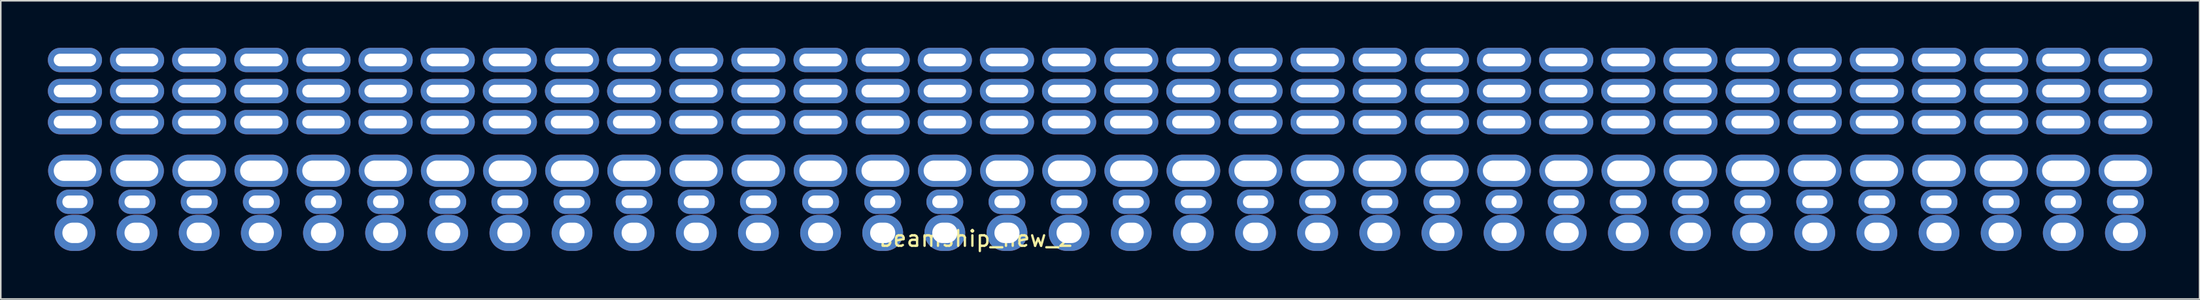
<source format=kicad_pcb>
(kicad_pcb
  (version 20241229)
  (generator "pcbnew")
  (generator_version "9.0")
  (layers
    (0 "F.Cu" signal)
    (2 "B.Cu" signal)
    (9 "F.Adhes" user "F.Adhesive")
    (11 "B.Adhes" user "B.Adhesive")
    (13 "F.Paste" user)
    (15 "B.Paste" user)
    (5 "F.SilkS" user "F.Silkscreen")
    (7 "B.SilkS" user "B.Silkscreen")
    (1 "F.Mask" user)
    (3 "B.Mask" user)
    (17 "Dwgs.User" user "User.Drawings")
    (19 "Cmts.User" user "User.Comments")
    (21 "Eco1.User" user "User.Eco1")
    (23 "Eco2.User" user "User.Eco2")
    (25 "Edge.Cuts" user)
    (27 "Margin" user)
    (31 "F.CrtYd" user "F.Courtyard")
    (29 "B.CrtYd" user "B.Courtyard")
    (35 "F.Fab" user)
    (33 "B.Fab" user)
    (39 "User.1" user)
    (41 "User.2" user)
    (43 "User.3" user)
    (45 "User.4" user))
  (footprint "beamship_new_2"
    (layer "F.Cu")
    (at 59.145 10.285)
    (property "Reference" "beamship_new_2" (at 0.013 1.878 180) (layer "F.SilkS") (effects (font (size 1 1) (thickness 0.15))))
    (attr through_hole)
    (pad "1" thru_hole oval (at -57.42 -9.51) (size 3.45 1.55) (drill oval 2.7 0.8) (layers "*.Cu" "*.Mask"))
    (pad "1" thru_hole oval (at -57.42 -7.53) (size 3.45 1.55) (drill oval 2.7 0.8) (layers "*.Cu" "*.Mask"))
    (pad "1" thru_hole oval (at -57.42 -5.55) (size 3.45 1.55) (drill oval 2.7 0.8) (layers "*.Cu" "*.Mask"))
    (pad "1" thru_hole oval (at -57.42 -2.45) (size 3.42 2.05) (drill oval 2.7 1.3) (layers "*.Cu" "*.Mask"))
    (pad "1" thru_hole oval (at -57.42 -0.47) (size 2.35 1.55) (drill oval 1.6 0.8) (layers "*.Cu" "*.Mask"))
    (pad "1" thru_hole oval (at -57.42 1.51) (size 2.6 2.3) (drill oval 1.6 1.3) (layers "*.Cu" "*.Mask"))
    (pad "2" thru_hole oval (at -53.46 -9.51) (size 3.45 1.55) (drill oval 2.7 0.8) (layers "*.Cu" "*.Mask"))
    (pad "2" thru_hole oval (at -53.46 -7.53) (size 3.45 1.55) (drill oval 2.7 0.8) (layers "*.Cu" "*.Mask"))
    (pad "2" thru_hole oval (at -53.46 -5.55) (size 3.45 1.55) (drill oval 2.7 0.8) (layers "*.Cu" "*.Mask"))
    (pad "2" thru_hole oval (at -53.46 -2.45) (size 3.42 2.05) (drill oval 2.7 1.3) (layers "*.Cu" "*.Mask"))
    (pad "2" thru_hole oval (at -53.46 -0.47) (size 2.35 1.55) (drill oval 1.6 0.8) (layers "*.Cu" "*.Mask"))
    (pad "2" thru_hole oval (at -53.46 1.51) (size 2.6 2.3) (drill oval 1.6 1.3) (layers "*.Cu" "*.Mask"))
    (pad "3" thru_hole oval (at -49.5 -9.51) (size 3.45 1.55) (drill oval 2.7 0.8) (layers "*.Cu" "*.Mask"))
    (pad "3" thru_hole oval (at -49.5 -7.53) (size 3.45 1.55) (drill oval 2.7 0.8) (layers "*.Cu" "*.Mask"))
    (pad "3" thru_hole oval (at -49.5 -5.55) (size 3.45 1.55) (drill oval 2.7 0.8) (layers "*.Cu" "*.Mask"))
    (pad "3" thru_hole oval (at -49.5 -2.45) (size 3.42 2.05) (drill oval 2.7 1.3) (layers "*.Cu" "*.Mask"))
    (pad "3" thru_hole oval (at -49.5 -0.47) (size 2.35 1.55) (drill oval 1.6 0.8) (layers "*.Cu" "*.Mask"))
    (pad "3" thru_hole oval (at -49.5 1.51) (size 2.6 2.3) (drill oval 1.6 1.3) (layers "*.Cu" "*.Mask"))
    (pad "4" thru_hole oval (at -45.54 -9.51) (size 3.45 1.55) (drill oval 2.7 0.8) (layers "*.Cu" "*.Mask"))
    (pad "4" thru_hole oval (at -45.54 -7.53) (size 3.45 1.55) (drill oval 2.7 0.8) (layers "*.Cu" "*.Mask"))
    (pad "4" thru_hole oval (at -45.54 -5.55) (size 3.45 1.55) (drill oval 2.7 0.8) (layers "*.Cu" "*.Mask"))
    (pad "4" thru_hole oval (at -45.54 -2.45) (size 3.42 2.05) (drill oval 2.7 1.3) (layers "*.Cu" "*.Mask"))
    (pad "4" thru_hole oval (at -45.54 -0.47) (size 2.35 1.55) (drill oval 1.6 0.8) (layers "*.Cu" "*.Mask"))
    (pad "4" thru_hole oval (at -45.54 1.51) (size 2.6 2.3) (drill oval 1.6 1.3) (layers "*.Cu" "*.Mask"))
    (pad "5" thru_hole oval (at -41.58 -9.51) (size 3.45 1.55) (drill oval 2.7 0.8) (layers "*.Cu" "*.Mask"))
    (pad "5" thru_hole oval (at -41.58 -7.53) (size 3.45 1.55) (drill oval 2.7 0.8) (layers "*.Cu" "*.Mask"))
    (pad "5" thru_hole oval (at -41.58 -5.55) (size 3.45 1.55) (drill oval 2.7 0.8) (layers "*.Cu" "*.Mask"))
    (pad "5" thru_hole oval (at -41.58 -2.45) (size 3.42 2.05) (drill oval 2.7 1.3) (layers "*.Cu" "*.Mask"))
    (pad "5" thru_hole oval (at -41.58 -0.47) (size 2.35 1.55) (drill oval 1.6 0.8) (layers "*.Cu" "*.Mask"))
    (pad "5" thru_hole oval (at -41.58 1.51) (size 2.6 2.3) (drill oval 1.6 1.3) (layers "*.Cu" "*.Mask"))
    (pad "6" thru_hole oval (at -37.62 -9.51) (size 3.45 1.55) (drill oval 2.7 0.8) (layers "*.Cu" "*.Mask"))
    (pad "6" thru_hole oval (at -37.62 -7.53) (size 3.45 1.55) (drill oval 2.7 0.8) (layers "*.Cu" "*.Mask"))
    (pad "6" thru_hole oval (at -37.62 -5.55) (size 3.45 1.55) (drill oval 2.7 0.8) (layers "*.Cu" "*.Mask"))
    (pad "6" thru_hole oval (at -37.62 -2.45) (size 3.42 2.05) (drill oval 2.7 1.3) (layers "*.Cu" "*.Mask"))
    (pad "6" thru_hole oval (at -37.62 -0.47) (size 2.35 1.55) (drill oval 1.6 0.8) (layers "*.Cu" "*.Mask"))
    (pad "6" thru_hole oval (at -37.62 1.51) (size 2.6 2.3) (drill oval 1.6 1.3) (layers "*.Cu" "*.Mask"))
    (pad "7" thru_hole oval (at -33.66 -9.51) (size 3.45 1.55) (drill oval 2.7 0.8) (layers "*.Cu" "*.Mask"))
    (pad "7" thru_hole oval (at -33.66 -7.53) (size 3.45 1.55) (drill oval 2.7 0.8) (layers "*.Cu" "*.Mask"))
    (pad "7" thru_hole oval (at -33.66 -5.55) (size 3.45 1.55) (drill oval 2.7 0.8) (layers "*.Cu" "*.Mask"))
    (pad "7" thru_hole oval (at -33.66 -2.45) (size 3.42 2.05) (drill oval 2.7 1.3) (layers "*.Cu" "*.Mask"))
    (pad "7" thru_hole oval (at -33.66 -0.47) (size 2.35 1.55) (drill oval 1.6 0.8) (layers "*.Cu" "*.Mask"))
    (pad "7" thru_hole oval (at -33.66 1.51) (size 2.6 2.3) (drill oval 1.6 1.3) (layers "*.Cu" "*.Mask"))
    (pad "8" thru_hole oval (at -29.7 -9.51) (size 3.45 1.55) (drill oval 2.7 0.8) (layers "*.Cu" "*.Mask"))
    (pad "8" thru_hole oval (at -29.7 -7.53) (size 3.45 1.55) (drill oval 2.7 0.8) (layers "*.Cu" "*.Mask"))
    (pad "8" thru_hole oval (at -29.7 -5.55) (size 3.45 1.55) (drill oval 2.7 0.8) (layers "*.Cu" "*.Mask"))
    (pad "8" thru_hole oval (at -29.7 -2.45) (size 3.42 2.05) (drill oval 2.7 1.3) (layers "*.Cu" "*.Mask"))
    (pad "8" thru_hole oval (at -29.7 -0.47) (size 2.35 1.55) (drill oval 1.6 0.8) (layers "*.Cu" "*.Mask"))
    (pad "8" thru_hole oval (at -29.7 1.51) (size 2.6 2.3) (drill oval 1.6 1.3) (layers "*.Cu" "*.Mask"))
    (pad "9" thru_hole oval (at -25.74 -9.51) (size 3.45 1.55) (drill oval 2.7 0.8) (layers "*.Cu" "*.Mask"))
    (pad "9" thru_hole oval (at -25.74 -7.53) (size 3.45 1.55) (drill oval 2.7 0.8) (layers "*.Cu" "*.Mask"))
    (pad "9" thru_hole oval (at -25.74 -5.55) (size 3.45 1.55) (drill oval 2.7 0.8) (layers "*.Cu" "*.Mask"))
    (pad "9" thru_hole oval (at -25.74 -2.45) (size 3.42 2.05) (drill oval 2.7 1.3) (layers "*.Cu" "*.Mask"))
    (pad "9" thru_hole oval (at -25.74 -0.47) (size 2.35 1.55) (drill oval 1.6 0.8) (layers "*.Cu" "*.Mask"))
    (pad "9" thru_hole oval (at -25.74 1.51) (size 2.6 2.3) (drill oval 1.6 1.3) (layers "*.Cu" "*.Mask"))
    (pad "10" thru_hole oval (at -21.78 -9.51) (size 3.45 1.55) (drill oval 2.7 0.8) (layers "*.Cu" "*.Mask"))
    (pad "10" thru_hole oval (at -21.78 -7.53) (size 3.45 1.55) (drill oval 2.7 0.8) (layers "*.Cu" "*.Mask"))
    (pad "10" thru_hole oval (at -21.78 -5.55) (size 3.45 1.55) (drill oval 2.7 0.8) (layers "*.Cu" "*.Mask"))
    (pad "10" thru_hole oval (at -21.78 -2.45) (size 3.42 2.05) (drill oval 2.7 1.3) (layers "*.Cu" "*.Mask"))
    (pad "10" thru_hole oval (at -21.78 -0.47) (size 2.35 1.55) (drill oval 1.6 0.8) (layers "*.Cu" "*.Mask"))
    (pad "10" thru_hole oval (at -21.78 1.51) (size 2.6 2.3) (drill oval 1.6 1.3) (layers "*.Cu" "*.Mask"))
    (pad "11" thru_hole oval (at -17.82 -9.51) (size 3.45 1.55) (drill oval 2.7 0.8) (layers "*.Cu" "*.Mask"))
    (pad "11" thru_hole oval (at -17.82 -7.53) (size 3.45 1.55) (drill oval 2.7 0.8) (layers "*.Cu" "*.Mask"))
    (pad "11" thru_hole oval (at -17.82 -5.55) (size 3.45 1.55) (drill oval 2.7 0.8) (layers "*.Cu" "*.Mask"))
    (pad "11" thru_hole oval (at -17.82 -2.45) (size 3.42 2.05) (drill oval 2.7 1.3) (layers "*.Cu" "*.Mask"))
    (pad "11" thru_hole oval (at -17.82 -0.47) (size 2.35 1.55) (drill oval 1.6 0.8) (layers "*.Cu" "*.Mask"))
    (pad "11" thru_hole oval (at -17.82 1.51) (size 2.6 2.3) (drill oval 1.6 1.3) (layers "*.Cu" "*.Mask"))
    (pad "12" thru_hole oval (at -13.86 -9.51) (size 3.45 1.55) (drill oval 2.7 0.8) (layers "*.Cu" "*.Mask"))
    (pad "12" thru_hole oval (at -13.86 -7.53) (size 3.45 1.55) (drill oval 2.7 0.8) (layers "*.Cu" "*.Mask"))
    (pad "12" thru_hole oval (at -13.86 -5.55) (size 3.45 1.55) (drill oval 2.7 0.8) (layers "*.Cu" "*.Mask"))
    (pad "12" thru_hole oval (at -13.86 -2.45) (size 3.42 2.05) (drill oval 2.7 1.3) (layers "*.Cu" "*.Mask"))
    (pad "12" thru_hole oval (at -13.86 -0.47) (size 2.35 1.55) (drill oval 1.6 0.8) (layers "*.Cu" "*.Mask"))
    (pad "12" thru_hole oval (at -13.86 1.51) (size 2.6 2.3) (drill oval 1.6 1.3) (layers "*.Cu" "*.Mask"))
    (pad "13" thru_hole oval (at -9.9 -9.51) (size 3.45 1.55) (drill oval 2.7 0.8) (layers "*.Cu" "*.Mask"))
    (pad "13" thru_hole oval (at -9.9 -7.53) (size 3.45 1.55) (drill oval 2.7 0.8) (layers "*.Cu" "*.Mask"))
    (pad "13" thru_hole oval (at -9.9 -5.55) (size 3.45 1.55) (drill oval 2.7 0.8) (layers "*.Cu" "*.Mask"))
    (pad "13" thru_hole oval (at -9.9 -2.45) (size 3.42 2.05) (drill oval 2.7 1.3) (layers "*.Cu" "*.Mask"))
    (pad "13" thru_hole oval (at -9.9 -0.47) (size 2.35 1.55) (drill oval 1.6 0.8) (layers "*.Cu" "*.Mask"))
    (pad "13" thru_hole oval (at -9.9 1.51) (size 2.6 2.3) (drill oval 1.6 1.3) (layers "*.Cu" "*.Mask"))
    (pad "14" thru_hole oval (at -5.94 -9.51) (size 3.45 1.55) (drill oval 2.7 0.8) (layers "*.Cu" "*.Mask"))
    (pad "14" thru_hole oval (at -5.94 -7.53) (size 3.45 1.55) (drill oval 2.7 0.8) (layers "*.Cu" "*.Mask"))
    (pad "14" thru_hole oval (at -5.94 -5.55) (size 3.45 1.55) (drill oval 2.7 0.8) (layers "*.Cu" "*.Mask"))
    (pad "14" thru_hole oval (at -5.94 -2.45) (size 3.42 2.05) (drill oval 2.7 1.3) (layers "*.Cu" "*.Mask"))
    (pad "14" thru_hole oval (at -5.94 -0.47) (size 2.35 1.55) (drill oval 1.6 0.8) (layers "*.Cu" "*.Mask"))
    (pad "14" thru_hole oval (at -5.94 1.51) (size 2.6 2.3) (drill oval 1.6 1.3) (layers "*.Cu" "*.Mask"))
    (pad "15" thru_hole oval (at -1.98 -9.51) (size 3.45 1.55) (drill oval 2.7 0.8) (layers "*.Cu" "*.Mask"))
    (pad "15" thru_hole oval (at -1.98 -7.53) (size 3.45 1.55) (drill oval 2.7 0.8) (layers "*.Cu" "*.Mask"))
    (pad "15" thru_hole oval (at -1.98 -5.55) (size 3.45 1.55) (drill oval 2.7 0.8) (layers "*.Cu" "*.Mask"))
    (pad "15" thru_hole oval (at -1.98 -2.45) (size 3.42 2.05) (drill oval 2.7 1.3) (layers "*.Cu" "*.Mask"))
    (pad "15" thru_hole oval (at -1.98 -0.47) (size 2.35 1.55) (drill oval 1.6 0.8) (layers "*.Cu" "*.Mask"))
    (pad "15" thru_hole oval (at -1.98 1.51) (size 2.6 2.3) (drill oval 1.6 1.3) (layers "*.Cu" "*.Mask"))
    (pad "16" thru_hole oval (at 1.98 -9.51) (size 3.45 1.55) (drill oval 2.7 0.8) (layers "*.Cu" "*.Mask"))
    (pad "16" thru_hole oval (at 1.98 -7.53) (size 3.45 1.55) (drill oval 2.7 0.8) (layers "*.Cu" "*.Mask"))
    (pad "16" thru_hole oval (at 1.98 -5.55) (size 3.45 1.55) (drill oval 2.7 0.8) (layers "*.Cu" "*.Mask"))
    (pad "16" thru_hole oval (at 1.98 -2.45) (size 3.42 2.05) (drill oval 2.7 1.3) (layers "*.Cu" "*.Mask"))
    (pad "16" thru_hole oval (at 1.98 -0.47) (size 2.35 1.55) (drill oval 1.6 0.8) (layers "*.Cu" "*.Mask"))
    (pad "16" thru_hole oval (at 1.98 1.51) (size 2.6 2.3) (drill oval 1.6 1.3) (layers "*.Cu" "*.Mask"))
    (pad "17" thru_hole oval (at 5.94 -9.51) (size 3.45 1.55) (drill oval 2.7 0.8) (layers "*.Cu" "*.Mask"))
    (pad "17" thru_hole oval (at 5.94 -7.53) (size 3.45 1.55) (drill oval 2.7 0.8) (layers "*.Cu" "*.Mask"))
    (pad "17" thru_hole oval (at 5.94 -5.55) (size 3.45 1.55) (drill oval 2.7 0.8) (layers "*.Cu" "*.Mask"))
    (pad "17" thru_hole oval (at 5.94 -2.45) (size 3.42 2.05) (drill oval 2.7 1.3) (layers "*.Cu" "*.Mask"))
    (pad "17" thru_hole oval (at 5.94 -0.47) (size 2.35 1.55) (drill oval 1.6 0.8) (layers "*.Cu" "*.Mask"))
    (pad "17" thru_hole oval (at 5.94 1.51) (size 2.6 2.3) (drill oval 1.6 1.3) (layers "*.Cu" "*.Mask"))
    (pad "18" thru_hole oval (at 9.9 -9.51) (size 3.45 1.55) (drill oval 2.7 0.8) (layers "*.Cu" "*.Mask"))
    (pad "18" thru_hole oval (at 9.9 -7.53) (size 3.45 1.55) (drill oval 2.7 0.8) (layers "*.Cu" "*.Mask"))
    (pad "18" thru_hole oval (at 9.9 -5.55) (size 3.45 1.55) (drill oval 2.7 0.8) (layers "*.Cu" "*.Mask"))
    (pad "18" thru_hole oval (at 9.9 -2.45) (size 3.42 2.05) (drill oval 2.7 1.3) (layers "*.Cu" "*.Mask"))
    (pad "18" thru_hole oval (at 9.9 -0.47) (size 2.35 1.55) (drill oval 1.6 0.8) (layers "*.Cu" "*.Mask"))
    (pad "18" thru_hole oval (at 9.9 1.51) (size 2.6 2.3) (drill oval 1.6 1.3) (layers "*.Cu" "*.Mask"))
    (pad "19" thru_hole oval (at 13.86 -9.51) (size 3.45 1.55) (drill oval 2.7 0.8) (layers "*.Cu" "*.Mask"))
    (pad "19" thru_hole oval (at 13.86 -7.53) (size 3.45 1.55) (drill oval 2.7 0.8) (layers "*.Cu" "*.Mask"))
    (pad "19" thru_hole oval (at 13.86 -5.55) (size 3.45 1.55) (drill oval 2.7 0.8) (layers "*.Cu" "*.Mask"))
    (pad "19" thru_hole oval (at 13.86 -2.45) (size 3.42 2.05) (drill oval 2.7 1.3) (layers "*.Cu" "*.Mask"))
    (pad "19" thru_hole oval (at 13.86 -0.47) (size 2.35 1.55) (drill oval 1.6 0.8) (layers "*.Cu" "*.Mask"))
    (pad "19" thru_hole oval (at 13.86 1.51) (size 2.6 2.3) (drill oval 1.6 1.3) (layers "*.Cu" "*.Mask"))
    (pad "20" thru_hole oval (at 17.82 -9.51) (size 3.45 1.55) (drill oval 2.7 0.8) (layers "*.Cu" "*.Mask"))
    (pad "20" thru_hole oval (at 17.82 -7.53) (size 3.45 1.55) (drill oval 2.7 0.8) (layers "*.Cu" "*.Mask"))
    (pad "20" thru_hole oval (at 17.82 -5.55) (size 3.45 1.55) (drill oval 2.7 0.8) (layers "*.Cu" "*.Mask"))
    (pad "20" thru_hole oval (at 17.82 -2.45) (size 3.42 2.05) (drill oval 2.7 1.3) (layers "*.Cu" "*.Mask"))
    (pad "20" thru_hole oval (at 17.82 -0.47) (size 2.35 1.55) (drill oval 1.6 0.8) (layers "*.Cu" "*.Mask"))
    (pad "20" thru_hole oval (at 17.82 1.51) (size 2.6 2.3) (drill oval 1.6 1.3) (layers "*.Cu" "*.Mask"))
    (pad "21" thru_hole oval (at 21.78 -9.51) (size 3.45 1.55) (drill oval 2.7 0.8) (layers "*.Cu" "*.Mask"))
    (pad "21" thru_hole oval (at 21.78 -7.53) (size 3.45 1.55) (drill oval 2.7 0.8) (layers "*.Cu" "*.Mask"))
    (pad "21" thru_hole oval (at 21.78 -5.55) (size 3.45 1.55) (drill oval 2.7 0.8) (layers "*.Cu" "*.Mask"))
    (pad "21" thru_hole oval (at 21.78 -2.45) (size 3.42 2.05) (drill oval 2.7 1.3) (layers "*.Cu" "*.Mask"))
    (pad "21" thru_hole oval (at 21.78 -0.47) (size 2.35 1.55) (drill oval 1.6 0.8) (layers "*.Cu" "*.Mask"))
    (pad "21" thru_hole oval (at 21.78 1.51) (size 2.6 2.3) (drill oval 1.6 1.3) (layers "*.Cu" "*.Mask"))
    (pad "22" thru_hole oval (at 25.74 -9.51) (size 3.45 1.55) (drill oval 2.7 0.8) (layers "*.Cu" "*.Mask"))
    (pad "22" thru_hole oval (at 25.74 -7.53) (size 3.45 1.55) (drill oval 2.7 0.8) (layers "*.Cu" "*.Mask"))
    (pad "22" thru_hole oval (at 25.74 -5.55) (size 3.45 1.55) (drill oval 2.7 0.8) (layers "*.Cu" "*.Mask"))
    (pad "22" thru_hole oval (at 25.74 -2.45) (size 3.42 2.05) (drill oval 2.7 1.3) (layers "*.Cu" "*.Mask"))
    (pad "22" thru_hole oval (at 25.74 -0.47) (size 2.35 1.55) (drill oval 1.6 0.8) (layers "*.Cu" "*.Mask"))
    (pad "22" thru_hole oval (at 25.74 1.51) (size 2.6 2.3) (drill oval 1.6 1.3) (layers "*.Cu" "*.Mask"))
    (pad "23" thru_hole oval (at 29.7 -9.51) (size 3.45 1.55) (drill oval 2.7 0.8) (layers "*.Cu" "*.Mask"))
    (pad "23" thru_hole oval (at 29.7 -7.53) (size 3.45 1.55) (drill oval 2.7 0.8) (layers "*.Cu" "*.Mask"))
    (pad "23" thru_hole oval (at 29.7 -5.55) (size 3.45 1.55) (drill oval 2.7 0.8) (layers "*.Cu" "*.Mask"))
    (pad "23" thru_hole oval (at 29.7 -2.45) (size 3.42 2.05) (drill oval 2.7 1.3) (layers "*.Cu" "*.Mask"))
    (pad "23" thru_hole oval (at 29.7 -0.47) (size 2.35 1.55) (drill oval 1.6 0.8) (layers "*.Cu" "*.Mask"))
    (pad "23" thru_hole oval (at 29.7 1.51) (size 2.6 2.3) (drill oval 1.6 1.3) (layers "*.Cu" "*.Mask"))
    (pad "24" thru_hole oval (at 33.66 -9.51) (size 3.45 1.55) (drill oval 2.7 0.8) (layers "*.Cu" "*.Mask"))
    (pad "24" thru_hole oval (at 33.66 -7.53) (size 3.45 1.55) (drill oval 2.7 0.8) (layers "*.Cu" "*.Mask"))
    (pad "24" thru_hole oval (at 33.66 -5.55) (size 3.45 1.55) (drill oval 2.7 0.8) (layers "*.Cu" "*.Mask"))
    (pad "24" thru_hole oval (at 33.66 -2.45) (size 3.42 2.05) (drill oval 2.7 1.3) (layers "*.Cu" "*.Mask"))
    (pad "24" thru_hole oval (at 33.66 -0.47) (size 2.35 1.55) (drill oval 1.6 0.8) (layers "*.Cu" "*.Mask"))
    (pad "24" thru_hole oval (at 33.66 1.51) (size 2.6 2.3) (drill oval 1.6 1.3) (layers "*.Cu" "*.Mask"))
    (pad "25" thru_hole oval (at 37.62 -9.51) (size 3.45 1.55) (drill oval 2.7 0.8) (layers "*.Cu" "*.Mask"))
    (pad "25" thru_hole oval (at 37.62 -7.53) (size 3.45 1.55) (drill oval 2.7 0.8) (layers "*.Cu" "*.Mask"))
    (pad "25" thru_hole oval (at 37.62 -5.55) (size 3.45 1.55) (drill oval 2.7 0.8) (layers "*.Cu" "*.Mask"))
    (pad "25" thru_hole oval (at 37.62 -2.45) (size 3.42 2.05) (drill oval 2.7 1.3) (layers "*.Cu" "*.Mask"))
    (pad "25" thru_hole oval (at 37.62 -0.47) (size 2.35 1.55) (drill oval 1.6 0.8) (layers "*.Cu" "*.Mask"))
    (pad "25" thru_hole oval (at 37.62 1.51) (size 2.6 2.3) (drill oval 1.6 1.3) (layers "*.Cu" "*.Mask"))
    (pad "26" thru_hole oval (at 41.58 -9.51) (size 3.45 1.55) (drill oval 2.7 0.8) (layers "*.Cu" "*.Mask"))
    (pad "26" thru_hole oval (at 41.58 -7.53) (size 3.45 1.55) (drill oval 2.7 0.8) (layers "*.Cu" "*.Mask"))
    (pad "26" thru_hole oval (at 41.58 -5.55) (size 3.45 1.55) (drill oval 2.7 0.8) (layers "*.Cu" "*.Mask"))
    (pad "26" thru_hole oval (at 41.58 -2.45) (size 3.42 2.05) (drill oval 2.7 1.3) (layers "*.Cu" "*.Mask"))
    (pad "26" thru_hole oval (at 41.58 -0.47) (size 2.35 1.55) (drill oval 1.6 0.8) (layers "*.Cu" "*.Mask"))
    (pad "26" thru_hole oval (at 41.58 1.51) (size 2.6 2.3) (drill oval 1.6 1.3) (layers "*.Cu" "*.Mask"))
    (pad "27" thru_hole oval (at 45.54 -9.51) (size 3.45 1.55) (drill oval 2.7 0.8) (layers "*.Cu" "*.Mask"))
    (pad "27" thru_hole oval (at 45.54 -7.53) (size 3.45 1.55) (drill oval 2.7 0.8) (layers "*.Cu" "*.Mask"))
    (pad "27" thru_hole oval (at 45.54 -5.55) (size 3.45 1.55) (drill oval 2.7 0.8) (layers "*.Cu" "*.Mask"))
    (pad "27" thru_hole oval (at 45.54 -2.45) (size 3.42 2.05) (drill oval 2.7 1.3) (layers "*.Cu" "*.Mask"))
    (pad "27" thru_hole oval (at 45.54 -0.47) (size 2.35 1.55) (drill oval 1.6 0.8) (layers "*.Cu" "*.Mask"))
    (pad "27" thru_hole oval (at 45.54 1.51) (size 2.6 2.3) (drill oval 1.6 1.3) (layers "*.Cu" "*.Mask"))
    (pad "28" thru_hole oval (at 49.5 -9.51) (size 3.45 1.55) (drill oval 2.7 0.8) (layers "*.Cu" "*.Mask"))
    (pad "28" thru_hole oval (at 49.5 -7.53) (size 3.45 1.55) (drill oval 2.7 0.8) (layers "*.Cu" "*.Mask"))
    (pad "28" thru_hole oval (at 49.5 -5.55) (size 3.45 1.55) (drill oval 2.7 0.8) (layers "*.Cu" "*.Mask"))
    (pad "28" thru_hole oval (at 49.5 -2.45) (size 3.42 2.05) (drill oval 2.7 1.3) (layers "*.Cu" "*.Mask"))
    (pad "28" thru_hole oval (at 49.5 -0.47) (size 2.35 1.55) (drill oval 1.6 0.8) (layers "*.Cu" "*.Mask"))
    (pad "28" thru_hole oval (at 49.5 1.51) (size 2.6 2.3) (drill oval 1.6 1.3) (layers "*.Cu" "*.Mask"))
    (pad "29" thru_hole oval (at 53.46 -9.51) (size 3.45 1.55) (drill oval 2.7 0.8) (layers "*.Cu" "*.Mask"))
    (pad "29" thru_hole oval (at 53.46 -7.53) (size 3.45 1.55) (drill oval 2.7 0.8) (layers "*.Cu" "*.Mask"))
    (pad "29" thru_hole oval (at 53.46 -5.55) (size 3.45 1.55) (drill oval 2.7 0.8) (layers "*.Cu" "*.Mask"))
    (pad "29" thru_hole oval (at 53.46 -2.45) (size 3.42 2.05) (drill oval 2.7 1.3) (layers "*.Cu" "*.Mask"))
    (pad "29" thru_hole oval (at 53.46 -0.47) (size 2.35 1.55) (drill oval 1.6 0.8) (layers "*.Cu" "*.Mask"))
    (pad "29" thru_hole oval (at 53.46 1.51) (size 2.6 2.3) (drill oval 1.6 1.3) (layers "*.Cu" "*.Mask"))
    (pad "30" thru_hole oval (at 57.42 -9.51) (size 3.45 1.55) (drill oval 2.7 0.8) (layers "*.Cu" "*.Mask"))
    (pad "30" thru_hole oval (at 57.42 -7.53) (size 3.45 1.55) (drill oval 2.7 0.8) (layers "*.Cu" "*.Mask"))
    (pad "30" thru_hole oval (at 57.42 -5.55) (size 3.45 1.55) (drill oval 2.7 0.8) (layers "*.Cu" "*.Mask"))
    (pad "30" thru_hole oval (at 57.42 -2.45) (size 3.42 2.05) (drill oval 2.7 1.3) (layers "*.Cu" "*.Mask"))
    (pad "30" thru_hole oval (at 57.42 -0.47) (size 2.35 1.55) (drill oval 1.6 0.8) (layers "*.Cu" "*.Mask"))
    (pad "30" thru_hole oval (at 57.42 1.51) (size 2.6 2.3) (drill oval 1.6 1.3) (layers "*.Cu" "*.Mask"))
    (pad "31" thru_hole oval (at 61.38 -9.51) (size 3.45 1.55) (drill oval 2.7 0.8) (layers "*.Cu" "*.Mask"))
    (pad "31" thru_hole oval (at 61.38 -7.53) (size 3.45 1.55) (drill oval 2.7 0.8) (layers "*.Cu" "*.Mask"))
    (pad "31" thru_hole oval (at 61.38 -5.55) (size 3.45 1.55) (drill oval 2.7 0.8) (layers "*.Cu" "*.Mask"))
    (pad "31" thru_hole oval (at 61.38 -2.45) (size 3.42 2.05) (drill oval 2.7 1.3) (layers "*.Cu" "*.Mask"))
    (pad "31" thru_hole oval (at 61.38 -0.47) (size 2.35 1.55) (drill oval 1.6 0.8) (layers "*.Cu" "*.Mask"))
    (pad "31" thru_hole oval (at 61.38 1.51) (size 2.6 2.3) (drill oval 1.6 1.3) (layers "*.Cu" "*.Mask"))
    (pad "32" thru_hole oval (at 65.34 -9.51) (size 3.45 1.55) (drill oval 2.7 0.8) (layers "*.Cu" "*.Mask"))
    (pad "32" thru_hole oval (at 65.34 -7.53) (size 3.45 1.55) (drill oval 2.7 0.8) (layers "*.Cu" "*.Mask"))
    (pad "32" thru_hole oval (at 65.34 -5.55) (size 3.45 1.55) (drill oval 2.7 0.8) (layers "*.Cu" "*.Mask"))
    (pad "32" thru_hole oval (at 65.34 -2.45) (size 3.42 2.05) (drill oval 2.7 1.3) (layers "*.Cu" "*.Mask"))
    (pad "32" thru_hole oval (at 65.34 -0.47) (size 2.35 1.55) (drill oval 1.6 0.8) (layers "*.Cu" "*.Mask"))
    (pad "32" thru_hole oval (at 65.34 1.51) (size 2.6 2.3) (drill oval 1.6 1.3) (layers "*.Cu" "*.Mask"))
    (pad "33" thru_hole oval (at 69.3 -9.51) (size 3.45 1.55) (drill oval 2.7 0.8) (layers "*.Cu" "*.Mask"))
    (pad "33" thru_hole oval (at 69.3 -7.53) (size 3.45 1.55) (drill oval 2.7 0.8) (layers "*.Cu" "*.Mask"))
    (pad "33" thru_hole oval (at 69.3 -5.55) (size 3.45 1.55) (drill oval 2.7 0.8) (layers "*.Cu" "*.Mask"))
    (pad "33" thru_hole oval (at 69.3 -2.45) (size 3.42 2.05) (drill oval 2.7 1.3) (layers "*.Cu" "*.Mask"))
    (pad "33" thru_hole oval (at 69.3 -0.47) (size 2.35 1.55) (drill oval 1.6 0.8) (layers "*.Cu" "*.Mask"))
    (pad "33" thru_hole oval (at 69.3 1.51) (size 2.6 2.3) (drill oval 1.6 1.3) (layers "*.Cu" "*.Mask"))
    (pad "34" thru_hole oval (at 73.26 -9.51) (size 3.45 1.55) (drill oval 2.7 0.8) (layers "*.Cu" "*.Mask"))
    (pad "34" thru_hole oval (at 73.26 -7.53) (size 3.45 1.55) (drill oval 2.7 0.8) (layers "*.Cu" "*.Mask"))
    (pad "34" thru_hole oval (at 73.26 -5.55) (size 3.45 1.55) (drill oval 2.7 0.8) (layers "*.Cu" "*.Mask"))
    (pad "34" thru_hole oval (at 73.26 -2.45) (size 3.42 2.05) (drill oval 2.7 1.3) (layers "*.Cu" "*.Mask"))
    (pad "34" thru_hole oval (at 73.26 -0.47) (size 2.35 1.55) (drill oval 1.6 0.8) (layers "*.Cu" "*.Mask"))
    (pad "34" thru_hole oval (at 73.26 1.51) (size 2.6 2.3) (drill oval 1.6 1.3) (layers "*.Cu" "*.Mask")))
  (gr_rect
    (start -3 -3)
    (end 137.13 16.011)
    (stroke (width 0.1) (type default))
    (fill no)
    (layer "Edge.Cuts")))
</source>
